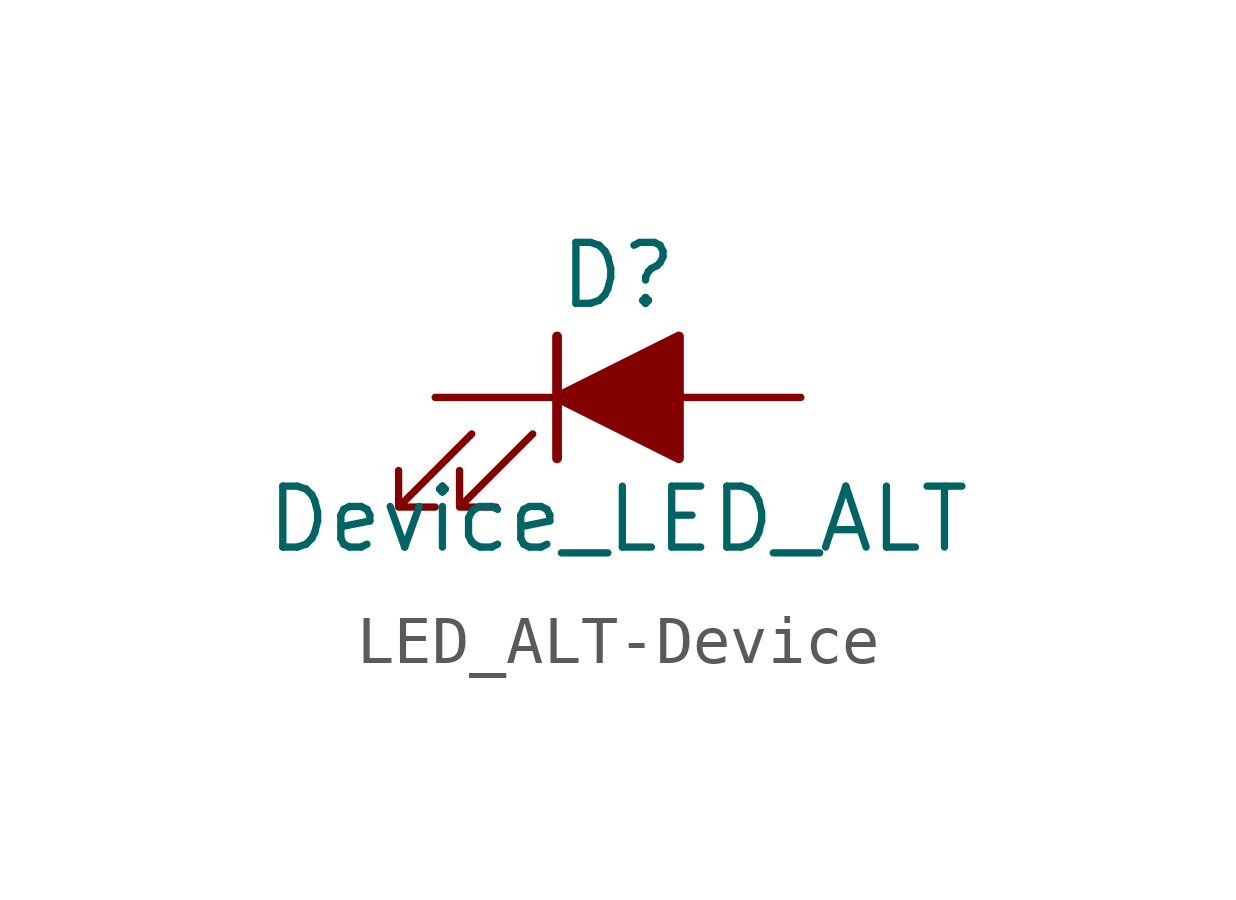
<source format=kicad_sym>
(kicad_symbol_lib
  (version 20220914)
  (generator kicad_symbol_editor)
  (symbol "LED_ALT-Device"
    (pin_numbers hide)
    (pin_names
      (offset 1.016) hide)
    (property "Reference" "D"
      (at 0 2.54 0)
      (effects (font (size 1.27 1.27))))
    (property "Value" "Device_LED_ALT"
      (at 0 -2.54 0)
      (effects (font (size 1.27 1.27))))
    (symbol "LED_ALT-Device_0_1"
      (polyline (pts (xy -1.27 -1.27) (xy -1.27 1.27)) (stroke (width 0.203) (type solid)) (fill (type none)))
      (polyline (pts (xy -1.27 0) (xy 1.27 0)) (stroke (width 0) (type solid)) (fill (type none)))
      (polyline (pts (xy 1.27 -1.27) (xy 1.27 1.27) (xy -1.27 0) (xy 1.27 -1.27)) (stroke (width 0.203) (type solid)) (fill (type outline)))
      (polyline (pts (xy -3.048 -0.762) (xy -4.572 -2.286) (xy -3.81 -2.286) (xy -4.572 -2.286) (xy -4.572 -1.524)) (stroke (width 0) (type solid)) (fill (type none)))
      (polyline (pts (xy -1.778 -0.762) (xy -3.302 -2.286) (xy -2.54 -2.286) (xy -3.302 -2.286) (xy -3.302 -1.524)) (stroke (width 0) (type solid)) (fill (type none))))
    (symbol "LED_ALT-Device_1_1"
      (pin passive line (at -3.81 0 0) (length 2.54) (name "K" (effects (font (size 1.27 1.27)))) (number "1" (effects (font (size 1.27 1.27)))))
      (pin passive line (at 3.81 0 180) (length 2.54) (name "A" (effects (font (size 1.27 1.27)))) (number "2" (effects (font (size 1.27 1.27))))))))
</source>
